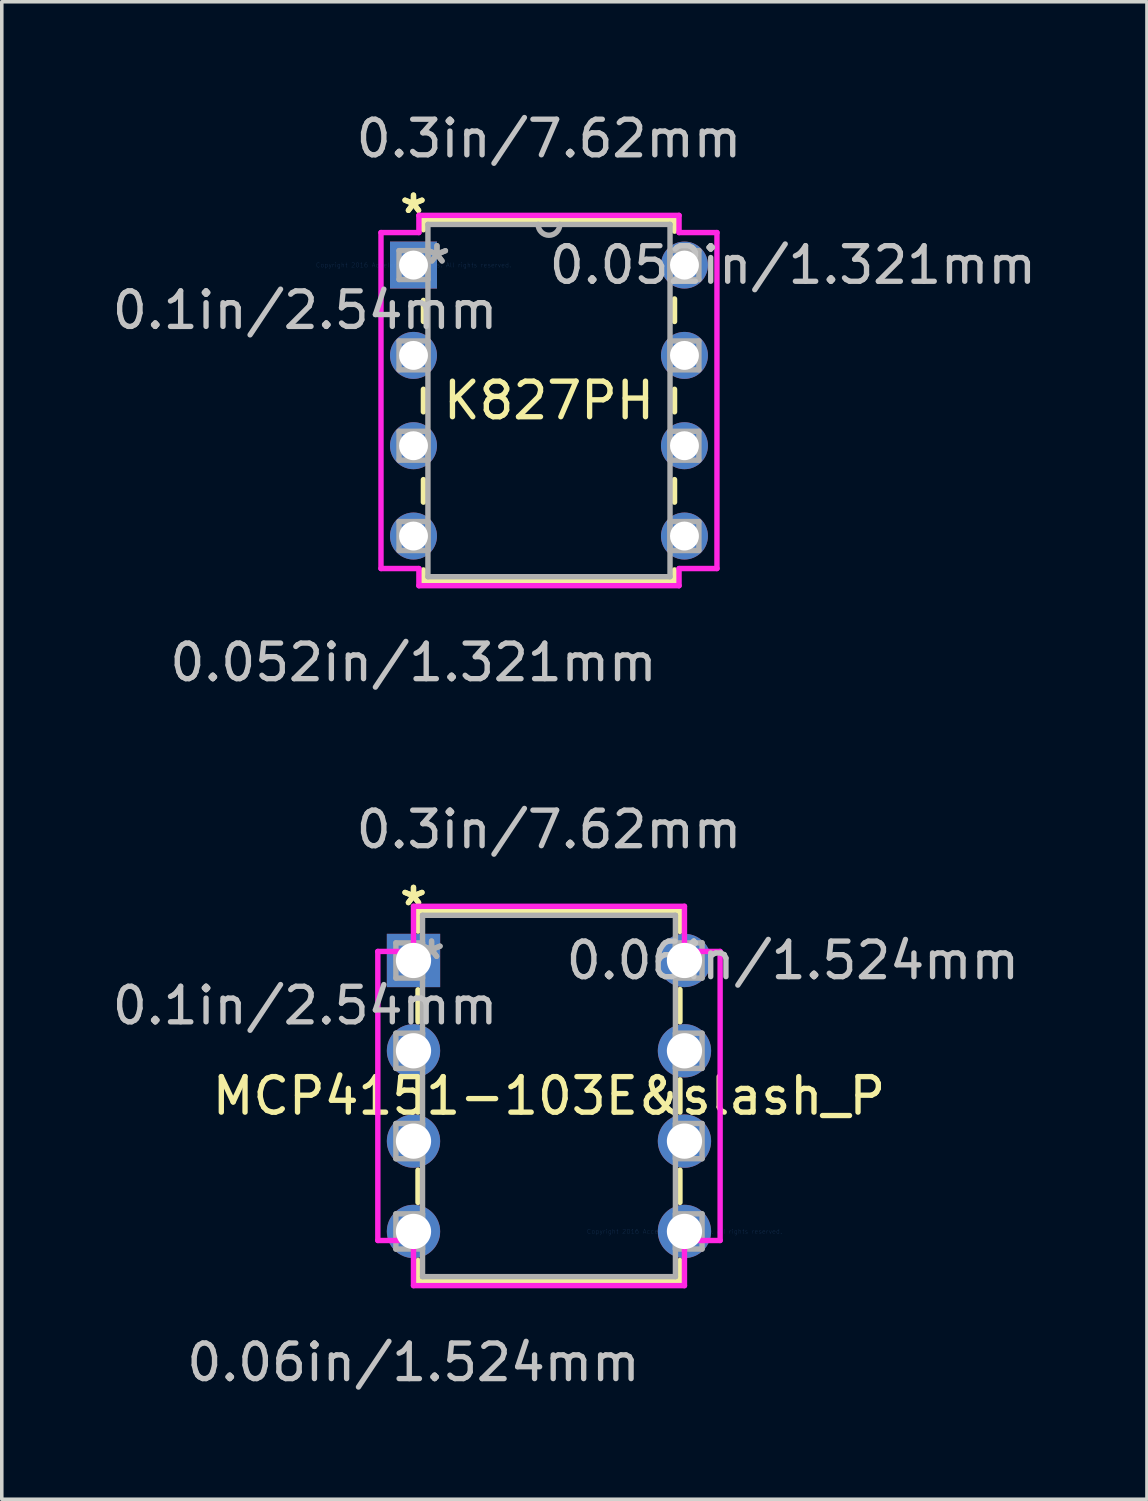
<source format=kicad_pcb>
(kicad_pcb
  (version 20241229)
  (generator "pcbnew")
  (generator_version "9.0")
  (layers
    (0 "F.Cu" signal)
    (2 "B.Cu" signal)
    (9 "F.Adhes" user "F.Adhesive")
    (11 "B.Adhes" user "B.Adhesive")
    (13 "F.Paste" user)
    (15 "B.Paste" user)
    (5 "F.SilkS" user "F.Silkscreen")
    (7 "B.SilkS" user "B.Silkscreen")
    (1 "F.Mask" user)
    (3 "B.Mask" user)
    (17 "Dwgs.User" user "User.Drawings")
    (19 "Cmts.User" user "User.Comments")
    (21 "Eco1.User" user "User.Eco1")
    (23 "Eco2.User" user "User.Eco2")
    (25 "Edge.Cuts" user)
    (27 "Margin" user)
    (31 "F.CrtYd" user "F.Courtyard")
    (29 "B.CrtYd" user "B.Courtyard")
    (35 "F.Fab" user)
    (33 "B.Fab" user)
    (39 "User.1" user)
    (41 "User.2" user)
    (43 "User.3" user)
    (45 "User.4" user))
  (footprint "MCP4151-103E&slash_P"
    (layer "F.Cu")
    (at 16.198 31.58)
    (property "Reference" "MCP4151-103E&slash_P" (at -3.81 -3.81 0) (layer "F.SilkS") (effects (font (size 1 1) (thickness 0.15))))
    (attr through_hole)
    (fp_line (start -7.493 -9.017) (end -7.493 -8.445) (stroke (width 0.152) (type solid)) (layer "F.SilkS"))
    (fp_line (start -7.493 -6.795) (end -7.493 -5.896) (stroke (width 0.152) (type solid)) (layer "F.SilkS"))
    (fp_line (start -7.493 -4.264) (end -7.493 -3.356) (stroke (width 0.152) (type solid)) (layer "F.SilkS"))
    (fp_line (start -7.493 -1.724) (end -7.493 -0.816) (stroke (width 0.152) (type solid)) (layer "F.SilkS"))
    (fp_line (start -7.493 0.816) (end -7.493 1.397) (stroke (width 0.152) (type solid)) (layer "F.SilkS"))
    (fp_line (start -7.493 1.397) (end -0.127 1.397) (stroke (width 0.152) (type solid)) (layer "F.SilkS"))
    (fp_line (start -0.127 -9.017) (end -7.493 -9.017) (stroke (width 0.152) (type solid)) (layer "F.SilkS"))
    (fp_line (start -0.127 -8.436) (end -0.127 -9.017) (stroke (width 0.152) (type solid)) (layer "F.SilkS"))
    (fp_line (start -0.127 -5.896) (end -0.127 -6.804) (stroke (width 0.152) (type solid)) (layer "F.SilkS"))
    (fp_line (start -0.127 -3.356) (end -0.127 -4.264) (stroke (width 0.152) (type solid)) (layer "F.SilkS"))
    (fp_line (start -0.127 -0.816) (end -0.127 -1.724) (stroke (width 0.152) (type solid)) (layer "F.SilkS"))
    (fp_line (start -0.127 1.397) (end -0.127 0.816) (stroke (width 0.152) (type solid)) (layer "F.SilkS"))
    (fp_line (start -8.623 -7.874) (end -8.623 0.254) (stroke (width 0.152) (type solid)) (layer "F.CrtYd"))
    (fp_line (start -8.623 0.254) (end -7.62 0.254) (stroke (width 0.152) (type solid)) (layer "F.CrtYd"))
    (fp_line (start -7.62 -9.144) (end -7.62 -7.874) (stroke (width 0.152) (type solid)) (layer "F.CrtYd"))
    (fp_line (start -7.62 -7.874) (end -8.623 -7.874) (stroke (width 0.152) (type solid)) (layer "F.CrtYd"))
    (fp_line (start -7.62 0.254) (end -7.62 1.524) (stroke (width 0.152) (type solid)) (layer "F.CrtYd"))
    (fp_line (start -7.62 1.524) (end 0 1.524) (stroke (width 0.152) (type solid)) (layer "F.CrtYd"))
    (fp_line (start 0 -9.144) (end -7.62 -9.144) (stroke (width 0.152) (type solid)) (layer "F.CrtYd"))
    (fp_line (start 0 -7.874) (end 0 -9.144) (stroke (width 0.152) (type solid)) (layer "F.CrtYd"))
    (fp_line (start 0 0.254) (end 1.003 0.254) (stroke (width 0.152) (type solid)) (layer "F.CrtYd"))
    (fp_line (start 0 1.524) (end 0 0.254) (stroke (width 0.152) (type solid)) (layer "F.CrtYd"))
    (fp_line (start 1.003 -7.874) (end 0 -7.874) (stroke (width 0.152) (type solid)) (layer "F.CrtYd"))
    (fp_line (start 1.003 0.254) (end 1.003 -7.874) (stroke (width 0.152) (type solid)) (layer "F.CrtYd"))
    (fp_line (start -8.115 -8.115) (end -8.115 -7.125) (stroke (width 0.152) (type solid)) (layer "F.Fab"))
    (fp_line (start -8.115 -7.125) (end -7.366 -7.125) (stroke (width 0.152) (type solid)) (layer "F.Fab"))
    (fp_line (start -8.115 -5.575) (end -8.115 -4.585) (stroke (width 0.152) (type solid)) (layer "F.Fab"))
    (fp_line (start -8.115 -4.585) (end -7.366 -4.585) (stroke (width 0.152) (type solid)) (layer "F.Fab"))
    (fp_line (start -8.115 -3.035) (end -8.115 -2.045) (stroke (width 0.152) (type solid)) (layer "F.Fab"))
    (fp_line (start -8.115 -2.045) (end -7.366 -2.045) (stroke (width 0.152) (type solid)) (layer "F.Fab"))
    (fp_line (start -8.115 -0.495) (end -8.115 0.495) (stroke (width 0.152) (type solid)) (layer "F.Fab"))
    (fp_line (start -8.115 0.495) (end -7.366 0.495) (stroke (width 0.152) (type solid)) (layer "F.Fab"))
    (fp_line (start -7.366 -8.89) (end -7.366 1.27) (stroke (width 0.152) (type solid)) (layer "F.Fab"))
    (fp_line (start -7.366 -8.115) (end -8.115 -8.115) (stroke (width 0.152) (type solid)) (layer "F.Fab"))
    (fp_line (start -7.366 -7.125) (end -7.366 -8.115) (stroke (width 0.152) (type solid)) (layer "F.Fab"))
    (fp_line (start -7.366 -5.575) (end -8.115 -5.575) (stroke (width 0.152) (type solid)) (layer "F.Fab"))
    (fp_line (start -7.366 -4.585) (end -7.366 -5.575) (stroke (width 0.152) (type solid)) (layer "F.Fab"))
    (fp_line (start -7.366 -3.035) (end -8.115 -3.035) (stroke (width 0.152) (type solid)) (layer "F.Fab"))
    (fp_line (start -7.366 -2.045) (end -7.366 -3.035) (stroke (width 0.152) (type solid)) (layer "F.Fab"))
    (fp_line (start -7.366 -0.495) (end -8.115 -0.495) (stroke (width 0.152) (type solid)) (layer "F.Fab"))
    (fp_line (start -7.366 0.495) (end -7.366 -0.495) (stroke (width 0.152) (type solid)) (layer "F.Fab"))
    (fp_line (start -7.366 1.27) (end -0.254 1.27) (stroke (width 0.152) (type solid)) (layer "F.Fab"))
    (fp_line (start -0.254 -8.89) (end -7.366 -8.89) (stroke (width 0.152) (type solid)) (layer "F.Fab"))
    (fp_line (start -0.254 -8.115) (end -0.254 -7.125) (stroke (width 0.152) (type solid)) (layer "F.Fab"))
    (fp_line (start -0.254 -7.125) (end 0.495 -7.125) (stroke (width 0.152) (type solid)) (layer "F.Fab"))
    (fp_line (start -0.254 -5.575) (end -0.254 -4.585) (stroke (width 0.152) (type solid)) (layer "F.Fab"))
    (fp_line (start -0.254 -4.585) (end 0.495 -4.585) (stroke (width 0.152) (type solid)) (layer "F.Fab"))
    (fp_line (start -0.254 -3.035) (end -0.254 -2.045) (stroke (width 0.152) (type solid)) (layer "F.Fab"))
    (fp_line (start -0.254 -2.045) (end 0.495 -2.045) (stroke (width 0.152) (type solid)) (layer "F.Fab"))
    (fp_line (start -0.254 -0.495) (end -0.254 0.495) (stroke (width 0.152) (type solid)) (layer "F.Fab"))
    (fp_line (start -0.254 0.495) (end 0.495 0.495) (stroke (width 0.152) (type solid)) (layer "F.Fab"))
    (fp_line (start -0.254 1.27) (end -0.254 -8.89) (stroke (width 0.152) (type solid)) (layer "F.Fab"))
    (fp_line (start 0.495 -8.115) (end -0.254 -8.115) (stroke (width 0.152) (type solid)) (layer "F.Fab"))
    (fp_line (start 0.495 -7.125) (end 0.495 -8.115) (stroke (width 0.152) (type solid)) (layer "F.Fab"))
    (fp_line (start 0.495 -5.575) (end -0.254 -5.575) (stroke (width 0.152) (type solid)) (layer "F.Fab"))
    (fp_line (start 0.495 -4.585) (end 0.495 -5.575) (stroke (width 0.152) (type solid)) (layer "F.Fab"))
    (fp_line (start 0.495 -3.035) (end -0.254 -3.035) (stroke (width 0.152) (type solid)) (layer "F.Fab"))
    (fp_line (start 0.495 -2.045) (end 0.495 -3.035) (stroke (width 0.152) (type solid)) (layer "F.Fab"))
    (fp_line (start 0.495 -0.495) (end -0.254 -0.495) (stroke (width 0.152) (type solid)) (layer "F.Fab"))
    (fp_line (start 0.495 0.495) (end 0.495 -0.495) (stroke (width 0.152) (type solid)) (layer "F.Fab"))
    (fp_text user "*" (at -7.62 -9.131 0) (layer "F.SilkS") (effects (font (size 1 1) (thickness 0.15))))
    (fp_text user "*" (at -7.62 -9.131 0) (layer "F.SilkS") (effects (font (size 1 1) (thickness 0.15))))
    (fp_text user "0.3in/7.62mm" (at -3.81 -11.303 0) (layer "Dwgs.User") (effects (font (size 1 1) (thickness 0.15))))
    (fp_text user "0.06in/1.524mm" (at -7.62 3.683 0) (layer "Dwgs.User") (effects (font (size 1 1) (thickness 0.15))))
    (fp_text user "0.1in/2.54mm" (at -10.668 -6.35 0) (layer "Dwgs.User") (effects (font (size 1 1) (thickness 0.15))))
    (fp_text user "0.06in/1.524mm" (at 3.048 -7.62 0) (layer "Dwgs.User") (effects (font (size 1 1) (thickness 0.15))))
    (fp_text user "Copyright 2016 Accelerated Designs. All rights reserved." (at 0 0 0) (layer "Cmts.User") (effects (font (size 0.127 0.127) (thickness 0.002))))
    (fp_text user "*" (at -7.112 -7.62 0) (layer "F.Fab") (effects (font (size 1 1) (thickness 0.15))))
    (fp_text user "*" (at -7.112 -7.62 0) (layer "F.Fab") (effects (font (size 1 1) (thickness 0.15))))
    (pad "1" thru_hole rect (at -7.62 -7.62) (size 1.499 1.499) (drill 0.991) (layers "*.Cu" "*.Mask"))
    (pad "2" thru_hole circle (at -7.62 -5.08) (size 1.499 1.499) (drill 0.991) (layers "*.Cu" "*.Mask"))
    (pad "3" thru_hole circle (at -7.62 -2.54) (size 1.499 1.499) (drill 0.991) (layers "*.Cu" "*.Mask"))
    (pad "4" thru_hole circle (at -7.62 0) (size 1.499 1.499) (drill 0.991) (layers "*.Cu" "*.Mask"))
    (pad "5" thru_hole circle (at 0 0) (size 1.499 1.499) (drill 0.991) (layers "*.Cu" "*.Mask"))
    (pad "6" thru_hole circle (at 0 -2.54) (size 1.499 1.499) (drill 0.991) (layers "*.Cu" "*.Mask"))
    (pad "7" thru_hole circle (at 0 -5.08) (size 1.499 1.499) (drill 0.991) (layers "*.Cu" "*.Mask"))
    (pad "8" thru_hole circle (at 0 -7.62) (size 1.499 1.499) (drill 0.991) (layers "*.Cu" "*.Mask")))
  (footprint "K827PH"
    (layer "F.Cu")
    (at 8.578 4.404)
    (property "Reference" "K827PH" (at 3.81 3.81 0) (layer "F.SilkS") (effects (font (size 1 1) (thickness 0.15))))
    (attr through_hole)
    (fp_line (start 0.279 -1.27) (end 0.279 -0.993) (stroke (width 0.152) (type solid)) (layer "F.SilkS"))
    (fp_line (start 0.279 0.993) (end 0.279 1.587) (stroke (width 0.152) (type solid)) (layer "F.SilkS"))
    (fp_line (start 0.279 3.493) (end 0.279 4.127) (stroke (width 0.152) (type solid)) (layer "F.SilkS"))
    (fp_line (start 0.279 6.033) (end 0.279 6.667) (stroke (width 0.152) (type solid)) (layer "F.SilkS"))
    (fp_line (start 0.279 8.573) (end 0.279 8.89) (stroke (width 0.152) (type solid)) (layer "F.SilkS"))
    (fp_line (start 0.279 8.89) (end 7.341 8.89) (stroke (width 0.152) (type solid)) (layer "F.SilkS"))
    (fp_line (start 7.341 -1.27) (end 0.279 -1.27) (stroke (width 0.152) (type solid)) (layer "F.SilkS"))
    (fp_line (start 7.341 -0.953) (end 7.341 -1.27) (stroke (width 0.152) (type solid)) (layer "F.SilkS"))
    (fp_line (start 7.341 1.587) (end 7.341 0.953) (stroke (width 0.152) (type solid)) (layer "F.SilkS"))
    (fp_line (start 7.341 4.127) (end 7.341 3.493) (stroke (width 0.152) (type solid)) (layer "F.SilkS"))
    (fp_line (start 7.341 6.667) (end 7.341 6.033) (stroke (width 0.152) (type solid)) (layer "F.SilkS"))
    (fp_line (start 7.341 8.89) (end 7.341 8.573) (stroke (width 0.152) (type solid)) (layer "F.SilkS"))
    (fp_line (start -0.914 -0.914) (end -0.914 8.534) (stroke (width 0.152) (type solid)) (layer "F.CrtYd"))
    (fp_line (start -0.914 8.534) (end 0.152 8.534) (stroke (width 0.152) (type solid)) (layer "F.CrtYd"))
    (fp_line (start 0.152 -1.397) (end 0.152 -0.914) (stroke (width 0.152) (type solid)) (layer "F.CrtYd"))
    (fp_line (start 0.152 -0.914) (end -0.914 -0.914) (stroke (width 0.152) (type solid)) (layer "F.CrtYd"))
    (fp_line (start 0.152 8.534) (end 0.152 9.017) (stroke (width 0.152) (type solid)) (layer "F.CrtYd"))
    (fp_line (start 0.152 9.017) (end 7.468 9.017) (stroke (width 0.152) (type solid)) (layer "F.CrtYd"))
    (fp_line (start 7.468 -1.397) (end 0.152 -1.397) (stroke (width 0.152) (type solid)) (layer "F.CrtYd"))
    (fp_line (start 7.468 -0.914) (end 7.468 -1.397) (stroke (width 0.152) (type solid)) (layer "F.CrtYd"))
    (fp_line (start 7.468 8.534) (end 8.534 8.534) (stroke (width 0.152) (type solid)) (layer "F.CrtYd"))
    (fp_line (start 7.468 9.017) (end 7.468 8.534) (stroke (width 0.152) (type solid)) (layer "F.CrtYd"))
    (fp_line (start 8.534 -0.914) (end 7.468 -0.914) (stroke (width 0.152) (type solid)) (layer "F.CrtYd"))
    (fp_line (start 8.534 8.534) (end 8.534 -0.914) (stroke (width 0.152) (type solid)) (layer "F.CrtYd"))
    (fp_line (start -0.406 -0.406) (end -0.406 0.406) (stroke (width 0.152) (type solid)) (layer "F.Fab"))
    (fp_line (start -0.406 0.406) (end 0.406 0.406) (stroke (width 0.152) (type solid)) (layer "F.Fab"))
    (fp_line (start -0.406 2.134) (end -0.406 2.946) (stroke (width 0.152) (type solid)) (layer "F.Fab"))
    (fp_line (start -0.406 2.946) (end 0.406 2.946) (stroke (width 0.152) (type solid)) (layer "F.Fab"))
    (fp_line (start -0.406 4.674) (end -0.406 5.486) (stroke (width 0.152) (type solid)) (layer "F.Fab"))
    (fp_line (start -0.406 5.486) (end 0.406 5.486) (stroke (width 0.152) (type solid)) (layer "F.Fab"))
    (fp_line (start -0.406 7.214) (end -0.406 8.026) (stroke (width 0.152) (type solid)) (layer "F.Fab"))
    (fp_line (start -0.406 8.026) (end 0.406 8.026) (stroke (width 0.152) (type solid)) (layer "F.Fab"))
    (fp_line (start 0.406 -1.143) (end 0.406 8.763) (stroke (width 0.152) (type solid)) (layer "F.Fab"))
    (fp_line (start 0.406 -0.406) (end -0.406 -0.406) (stroke (width 0.152) (type solid)) (layer "F.Fab"))
    (fp_line (start 0.406 0.406) (end 0.406 -0.406) (stroke (width 0.152) (type solid)) (layer "F.Fab"))
    (fp_line (start 0.406 2.134) (end -0.406 2.134) (stroke (width 0.152) (type solid)) (layer "F.Fab"))
    (fp_line (start 0.406 2.946) (end 0.406 2.134) (stroke (width 0.152) (type solid)) (layer "F.Fab"))
    (fp_line (start 0.406 4.674) (end -0.406 4.674) (stroke (width 0.152) (type solid)) (layer "F.Fab"))
    (fp_line (start 0.406 5.486) (end 0.406 4.674) (stroke (width 0.152) (type solid)) (layer "F.Fab"))
    (fp_line (start 0.406 7.214) (end -0.406 7.214) (stroke (width 0.152) (type solid)) (layer "F.Fab"))
    (fp_line (start 0.406 8.026) (end 0.406 7.214) (stroke (width 0.152) (type solid)) (layer "F.Fab"))
    (fp_line (start 0.406 8.763) (end 7.214 8.763) (stroke (width 0.152) (type solid)) (layer "F.Fab"))
    (fp_line (start 7.214 -1.143) (end 0.406 -1.143) (stroke (width 0.152) (type solid)) (layer "F.Fab"))
    (fp_line (start 7.214 -0.406) (end 7.214 0.406) (stroke (width 0.152) (type solid)) (layer "F.Fab"))
    (fp_line (start 7.214 0.406) (end 8.026 0.406) (stroke (width 0.152) (type solid)) (layer "F.Fab"))
    (fp_line (start 7.214 2.134) (end 7.214 2.946) (stroke (width 0.152) (type solid)) (layer "F.Fab"))
    (fp_line (start 7.214 2.946) (end 8.026 2.946) (stroke (width 0.152) (type solid)) (layer "F.Fab"))
    (fp_line (start 7.214 4.674) (end 7.214 5.486) (stroke (width 0.152) (type solid)) (layer "F.Fab"))
    (fp_line (start 7.214 5.486) (end 8.026 5.486) (stroke (width 0.152) (type solid)) (layer "F.Fab"))
    (fp_line (start 7.214 7.214) (end 7.214 8.026) (stroke (width 0.152) (type solid)) (layer "F.Fab"))
    (fp_line (start 7.214 8.026) (end 8.026 8.026) (stroke (width 0.152) (type solid)) (layer "F.Fab"))
    (fp_line (start 7.214 8.763) (end 7.214 -1.143) (stroke (width 0.152) (type solid)) (layer "F.Fab"))
    (fp_line (start 8.026 -0.406) (end 7.214 -0.406) (stroke (width 0.152) (type solid)) (layer "F.Fab"))
    (fp_line (start 8.026 0.406) (end 8.026 -0.406) (stroke (width 0.152) (type solid)) (layer "F.Fab"))
    (fp_line (start 8.026 2.134) (end 7.214 2.134) (stroke (width 0.152) (type solid)) (layer "F.Fab"))
    (fp_line (start 8.026 2.946) (end 8.026 2.134) (stroke (width 0.152) (type solid)) (layer "F.Fab"))
    (fp_line (start 8.026 4.674) (end 7.214 4.674) (stroke (width 0.152) (type solid)) (layer "F.Fab"))
    (fp_line (start 8.026 5.486) (end 8.026 4.674) (stroke (width 0.152) (type solid)) (layer "F.Fab"))
    (fp_line (start 8.026 7.214) (end 7.214 7.214) (stroke (width 0.152) (type solid)) (layer "F.Fab"))
    (fp_line (start 8.026 8.026) (end 8.026 7.214) (stroke (width 0.152) (type solid)) (layer "F.Fab"))
    (fp_arc (start 4.1148 -1.143) (mid 3.81 -0.8382) (end 3.5052 -1.143) (stroke (width 0.1524) (type solid)) (layer "F.Fab"))
    (fp_text user "*" (at 0 -1.422 0) (layer "F.SilkS") (effects (font (size 1 1) (thickness 0.15))))
    (fp_text user "*" (at 0 -1.422 0) (layer "F.SilkS") (effects (font (size 1 1) (thickness 0.15))))
    (fp_text user "0.052in/1.321mm" (at 10.668 0 0) (layer "Dwgs.User") (effects (font (size 1 1) (thickness 0.15))))
    (fp_text user "0.3in/7.62mm" (at 3.81 -3.556 0) (layer "Dwgs.User") (effects (font (size 1 1) (thickness 0.15))))
    (fp_text user "0.1in/2.54mm" (at -3.048 1.27 0) (layer "Dwgs.User") (effects (font (size 1 1) (thickness 0.15))))
    (fp_text user "0.052in/1.321mm" (at 0 11.176 0) (layer "Dwgs.User") (effects (font (size 1 1) (thickness 0.15))))
    (fp_text user "Copyright 2016 Accelerated Designs. All rights reserved." (at 0 0 0) (layer "Cmts.User") (effects (font (size 0.127 0.127) (thickness 0.002))))
    (fp_text user "*" (at 0.66 0 0) (layer "F.Fab") (effects (font (size 1 1) (thickness 0.15))))
    (fp_text user "*" (at 0.66 0 0) (layer "F.Fab") (effects (font (size 1 1) (thickness 0.15))))
    (pad "1" thru_hole rect (at 0 0) (size 1.321 1.321) (drill 0.813) (layers "*.Cu" "*.Mask"))
    (pad "2" thru_hole circle (at 0 2.54) (size 1.321 1.321) (drill 0.813) (layers "*.Cu" "*.Mask"))
    (pad "3" thru_hole circle (at 0 5.08) (size 1.321 1.321) (drill 0.813) (layers "*.Cu" "*.Mask"))
    (pad "4" thru_hole circle (at 0 7.62) (size 1.321 1.321) (drill 0.813) (layers "*.Cu" "*.Mask"))
    (pad "5" thru_hole circle (at 7.62 7.62) (size 1.321 1.321) (drill 0.813) (layers "*.Cu" "*.Mask"))
    (pad "6" thru_hole circle (at 7.62 5.08) (size 1.321 1.321) (drill 0.813) (layers "*.Cu" "*.Mask"))
    (pad "7" thru_hole circle (at 7.62 2.54) (size 1.321 1.321) (drill 0.813) (layers "*.Cu" "*.Mask"))
    (pad "8" thru_hole circle (at 7.62 0) (size 1.321 1.321) (drill 0.813) (layers "*.Cu" "*.Mask")))
  (gr_rect
    (start -3 -3)
    (end 29.204 39.111)
    (stroke (width 0.1) (type default))
    (fill no)
    (layer "Edge.Cuts")))
</source>
